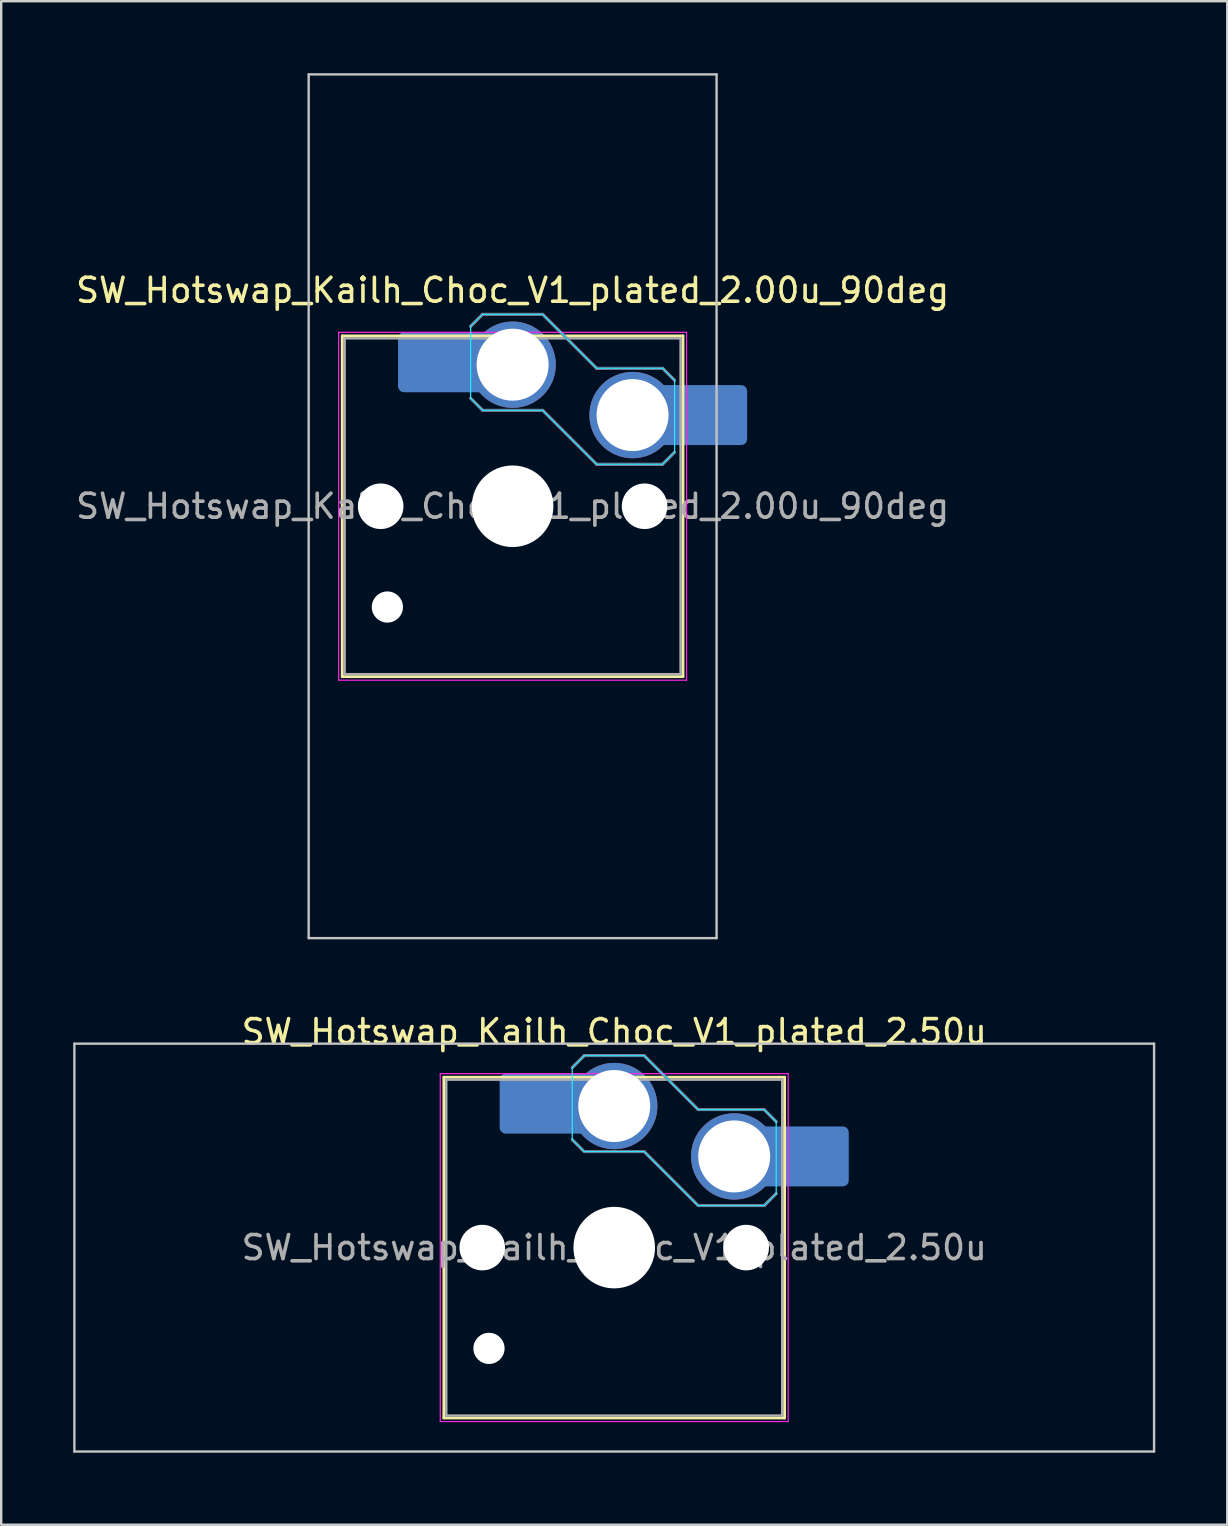
<source format=kicad_pcb>
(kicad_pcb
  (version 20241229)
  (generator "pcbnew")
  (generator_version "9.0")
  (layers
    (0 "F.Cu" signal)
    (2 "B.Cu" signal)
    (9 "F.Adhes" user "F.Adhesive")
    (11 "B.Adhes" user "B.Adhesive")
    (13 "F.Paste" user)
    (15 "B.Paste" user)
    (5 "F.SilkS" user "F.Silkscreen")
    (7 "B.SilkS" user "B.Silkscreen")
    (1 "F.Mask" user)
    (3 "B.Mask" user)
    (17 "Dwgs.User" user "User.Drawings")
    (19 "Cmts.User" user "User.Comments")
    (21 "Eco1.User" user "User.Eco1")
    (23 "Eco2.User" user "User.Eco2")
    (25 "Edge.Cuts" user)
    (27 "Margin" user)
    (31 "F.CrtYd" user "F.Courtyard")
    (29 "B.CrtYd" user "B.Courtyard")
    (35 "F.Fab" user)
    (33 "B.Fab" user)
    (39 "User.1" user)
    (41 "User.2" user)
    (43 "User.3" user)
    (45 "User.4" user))
  (footprint "SW_Hotswap_Kailh_Choc_V1_plated_2.00u_90deg"
    (layer "F.Cu")
    (at 18.315 18.05)
    (property "Reference" "SW_Hotswap_Kailh_Choc_V1_plated_2.00u_90deg" (at 0 -9 0) (layer "F.SilkS") (effects (font (size 1 1) (thickness 0.15))))
    (attr smd)
    (fp_line (start -7.1 -7.1) (end -7.1 7.1) (stroke (width 0.12) (type solid)) (layer "F.SilkS"))
    (fp_line (start -7.1 7.1) (end 7.1 7.1) (stroke (width 0.12) (type solid)) (layer "F.SilkS"))
    (fp_line (start 7.1 -7.1) (end -7.1 -7.1) (stroke (width 0.12) (type solid)) (layer "F.SilkS"))
    (fp_line (start 7.1 7.1) (end 7.1 -7.1) (stroke (width 0.12) (type solid)) (layer "F.SilkS"))
    (fp_line (start -1.75 -7.5) (end -1.25 -8) (stroke (width 0.12) (type solid)) (layer "B.SilkS"))
    (fp_line (start -1.25 -8) (end 1.25 -8) (stroke (width 0.12) (type solid)) (layer "B.SilkS"))
    (fp_line (start -1.25 -4) (end -1.75 -4.5) (stroke (width 0.12) (type solid)) (layer "B.SilkS"))
    (fp_line (start 1.25 -8) (end 3.5 -5.75) (stroke (width 0.12) (type solid)) (layer "B.SilkS"))
    (fp_line (start 1.25 -4) (end -1.25 -4) (stroke (width 0.12) (type solid)) (layer "B.SilkS"))
    (fp_line (start 3.5 -5.75) (end 6.25 -5.75) (stroke (width 0.12) (type solid)) (layer "B.SilkS"))
    (fp_line (start 3.5 -1.75) (end 1.25 -4) (stroke (width 0.12) (type solid)) (layer "B.SilkS"))
    (fp_line (start 6.25 -5.75) (end 6.75 -5.25) (stroke (width 0.12) (type solid)) (layer "B.SilkS"))
    (fp_line (start 6.25 -1.75) (end 3.5 -1.75) (stroke (width 0.12) (type solid)) (layer "B.SilkS"))
    (fp_line (start 6.75 -2.25) (end 6.25 -1.75) (stroke (width 0.12) (type solid)) (layer "B.SilkS"))
    (fp_line (start -8.5 -18) (end 8.5 -18) (stroke (width 0.1) (type solid)) (layer "Dwgs.User"))
    (fp_line (start -8.5 18) (end -8.5 -18) (stroke (width 0.1) (type solid)) (layer "Dwgs.User"))
    (fp_line (start 8.5 -18) (end 8.5 18) (stroke (width 0.1) (type solid)) (layer "Dwgs.User"))
    (fp_line (start 8.5 18) (end -8.5 18) (stroke (width 0.1) (type solid)) (layer "Dwgs.User"))
    (fp_line (start -1.75 -7.5) (end -1.25 -8) (stroke (width 0.05) (type solid)) (layer "B.CrtYd"))
    (fp_line (start -1.75 -4.5) (end -1.75 -7.5) (stroke (width 0.05) (type solid)) (layer "B.CrtYd"))
    (fp_line (start -1.25 -8) (end 1.25 -8) (stroke (width 0.05) (type solid)) (layer "B.CrtYd"))
    (fp_line (start -1.25 -4) (end -1.75 -4.5) (stroke (width 0.05) (type solid)) (layer "B.CrtYd"))
    (fp_line (start 1.25 -8) (end 3.5 -5.75) (stroke (width 0.05) (type solid)) (layer "B.CrtYd"))
    (fp_line (start 1.25 -4) (end -1.25 -4) (stroke (width 0.05) (type solid)) (layer "B.CrtYd"))
    (fp_line (start 3.5 -5.75) (end 6.25 -5.75) (stroke (width 0.05) (type solid)) (layer "B.CrtYd"))
    (fp_line (start 3.5 -1.75) (end 1.25 -4) (stroke (width 0.05) (type solid)) (layer "B.CrtYd"))
    (fp_line (start 6.25 -5.75) (end 6.75 -5.25) (stroke (width 0.05) (type solid)) (layer "B.CrtYd"))
    (fp_line (start 6.25 -1.75) (end 3.5 -1.75) (stroke (width 0.05) (type solid)) (layer "B.CrtYd"))
    (fp_line (start 6.75 -5.25) (end 6.75 -2.25) (stroke (width 0.05) (type solid)) (layer "B.CrtYd"))
    (fp_line (start 6.75 -2.25) (end 6.25 -1.75) (stroke (width 0.05) (type solid)) (layer "B.CrtYd"))
    (fp_line (start -7.25 -7.25) (end -7.25 7.25) (stroke (width 0.05) (type solid)) (layer "F.CrtYd"))
    (fp_line (start -7.25 7.25) (end 7.25 7.25) (stroke (width 0.05) (type solid)) (layer "F.CrtYd"))
    (fp_line (start 7.25 -7.25) (end -7.25 -7.25) (stroke (width 0.05) (type solid)) (layer "F.CrtYd"))
    (fp_line (start 7.25 7.25) (end 7.25 -7.25) (stroke (width 0.05) (type solid)) (layer "F.CrtYd"))
    (fp_line (start -1.75 -7.5) (end -1.25 -8) (stroke (width 0.1) (type solid)) (layer "B.Fab"))
    (fp_line (start -1.25 -8) (end 1.25 -8) (stroke (width 0.1) (type solid)) (layer "B.Fab"))
    (fp_line (start -1.25 -4) (end -1.75 -4.5) (stroke (width 0.1) (type solid)) (layer "B.Fab"))
    (fp_line (start 1.25 -8) (end 3.5 -5.75) (stroke (width 0.1) (type solid)) (layer "B.Fab"))
    (fp_line (start 1.25 -4) (end -1.25 -4) (stroke (width 0.1) (type solid)) (layer "B.Fab"))
    (fp_line (start 3.5 -5.75) (end 6.25 -5.75) (stroke (width 0.1) (type solid)) (layer "B.Fab"))
    (fp_line (start 3.5 -1.75) (end 1.25 -4) (stroke (width 0.1) (type solid)) (layer "B.Fab"))
    (fp_line (start 6.25 -5.75) (end 6.75 -5.25) (stroke (width 0.1) (type solid)) (layer "B.Fab"))
    (fp_line (start 6.25 -1.75) (end 3.5 -1.75) (stroke (width 0.1) (type solid)) (layer "B.Fab"))
    (fp_line (start 6.75 -2.25) (end 6.25 -1.75) (stroke (width 0.1) (type solid)) (layer "B.Fab"))
    (fp_line (start -7 -7) (end -7 7) (stroke (width 0.1) (type solid)) (layer "F.Fab"))
    (fp_line (start -7 7) (end 7 7) (stroke (width 0.1) (type solid)) (layer "F.Fab"))
    (fp_line (start 7 -7) (end -7 -7) (stroke (width 0.1) (type solid)) (layer "F.Fab"))
    (fp_line (start 7 7) (end 7 -7) (stroke (width 0.1) (type solid)) (layer "F.Fab"))
    (fp_text user "${REFERENCE}" (at 0 0 0) (layer "F.Fab") (effects (font (size 1 1) (thickness 0.15))))
    (pad "" np_thru_hole circle (at -5.5 0) (size 1.9 1.9) (drill 1.9) (layers "*.Cu" "*.Mask"))
    (pad "" np_thru_hole circle (at -5.22 4.2) (size 1.3 1.3) (drill 1.3) (layers "*.Cu" "*.Mask"))
    (pad "" smd roundrect (at -3.5 -6) (size 2.55 2.5) (layers "B.Mask" "B.Paste") (roundrect_rratio 0.1))
    (pad "" np_thru_hole circle (at 0 0) (size 3.4 3.4) (drill 3.4) (layers "*.Cu" "*.Mask"))
    (pad "" np_thru_hole circle (at 5.5 0) (size 1.9 1.9) (drill 1.9) (layers "*.Cu" "*.Mask"))
    (pad "" smd roundrect (at 8.5 -3.8) (size 2.55 2.5) (layers "B.Mask" "B.Paste") (roundrect_rratio 0.1))
    (pad "1" smd roundrect (at -2.85 -6) (size 3.85 2.5) (layers "B.Cu") (roundrect_rratio 0.1))
    (pad "1" thru_hole circle (at 0 -5.9) (size 3.6 3.6) (drill 3) (layers "*.Cu" "B.Mask"))
    (pad "2" thru_hole circle (at 5 -3.8) (size 3.6 3.6) (drill 3) (layers "*.Cu" "B.Mask"))
    (pad "2" smd roundrect (at 7.85 -3.8) (size 3.85 2.5) (layers "B.Cu") (roundrect_rratio 0.1)))
  (footprint "SW_Hotswap_Kailh_Choc_V1_plated_2.50u"
    (layer "F.Cu")
    (at 22.55 48.948)
    (property "Reference" "SW_Hotswap_Kailh_Choc_V1_plated_2.50u" (at 0 -9 0) (layer "F.SilkS") (effects (font (size 1 1) (thickness 0.15))))
    (attr smd)
    (fp_line (start -7.1 -7.1) (end -7.1 7.1) (stroke (width 0.12) (type solid)) (layer "F.SilkS"))
    (fp_line (start -7.1 7.1) (end 7.1 7.1) (stroke (width 0.12) (type solid)) (layer "F.SilkS"))
    (fp_line (start 7.1 -7.1) (end -7.1 -7.1) (stroke (width 0.12) (type solid)) (layer "F.SilkS"))
    (fp_line (start 7.1 7.1) (end 7.1 -7.1) (stroke (width 0.12) (type solid)) (layer "F.SilkS"))
    (fp_line (start -1.75 -7.5) (end -1.25 -8) (stroke (width 0.12) (type solid)) (layer "B.SilkS"))
    (fp_line (start -1.25 -8) (end 1.25 -8) (stroke (width 0.12) (type solid)) (layer "B.SilkS"))
    (fp_line (start -1.25 -4) (end -1.75 -4.5) (stroke (width 0.12) (type solid)) (layer "B.SilkS"))
    (fp_line (start 1.25 -8) (end 3.5 -5.75) (stroke (width 0.12) (type solid)) (layer "B.SilkS"))
    (fp_line (start 1.25 -4) (end -1.25 -4) (stroke (width 0.12) (type solid)) (layer "B.SilkS"))
    (fp_line (start 3.5 -5.75) (end 6.25 -5.75) (stroke (width 0.12) (type solid)) (layer "B.SilkS"))
    (fp_line (start 3.5 -1.75) (end 1.25 -4) (stroke (width 0.12) (type solid)) (layer "B.SilkS"))
    (fp_line (start 6.25 -5.75) (end 6.75 -5.25) (stroke (width 0.12) (type solid)) (layer "B.SilkS"))
    (fp_line (start 6.25 -1.75) (end 3.5 -1.75) (stroke (width 0.12) (type solid)) (layer "B.SilkS"))
    (fp_line (start 6.75 -2.25) (end 6.25 -1.75) (stroke (width 0.12) (type solid)) (layer "B.SilkS"))
    (fp_line (start -22.5 -8.5) (end -22.5 8.5) (stroke (width 0.1) (type solid)) (layer "Dwgs.User"))
    (fp_line (start -22.5 8.5) (end 22.5 8.5) (stroke (width 0.1) (type solid)) (layer "Dwgs.User"))
    (fp_line (start 22.5 -8.5) (end -22.5 -8.5) (stroke (width 0.1) (type solid)) (layer "Dwgs.User"))
    (fp_line (start 22.5 8.5) (end 22.5 -8.5) (stroke (width 0.1) (type solid)) (layer "Dwgs.User"))
    (fp_line (start -1.75 -7.5) (end -1.25 -8) (stroke (width 0.05) (type solid)) (layer "B.CrtYd"))
    (fp_line (start -1.75 -4.5) (end -1.75 -7.5) (stroke (width 0.05) (type solid)) (layer "B.CrtYd"))
    (fp_line (start -1.25 -8) (end 1.25 -8) (stroke (width 0.05) (type solid)) (layer "B.CrtYd"))
    (fp_line (start -1.25 -4) (end -1.75 -4.5) (stroke (width 0.05) (type solid)) (layer "B.CrtYd"))
    (fp_line (start 1.25 -8) (end 3.5 -5.75) (stroke (width 0.05) (type solid)) (layer "B.CrtYd"))
    (fp_line (start 1.25 -4) (end -1.25 -4) (stroke (width 0.05) (type solid)) (layer "B.CrtYd"))
    (fp_line (start 3.5 -5.75) (end 6.25 -5.75) (stroke (width 0.05) (type solid)) (layer "B.CrtYd"))
    (fp_line (start 3.5 -1.75) (end 1.25 -4) (stroke (width 0.05) (type solid)) (layer "B.CrtYd"))
    (fp_line (start 6.25 -5.75) (end 6.75 -5.25) (stroke (width 0.05) (type solid)) (layer "B.CrtYd"))
    (fp_line (start 6.25 -1.75) (end 3.5 -1.75) (stroke (width 0.05) (type solid)) (layer "B.CrtYd"))
    (fp_line (start 6.75 -5.25) (end 6.75 -2.25) (stroke (width 0.05) (type solid)) (layer "B.CrtYd"))
    (fp_line (start 6.75 -2.25) (end 6.25 -1.75) (stroke (width 0.05) (type solid)) (layer "B.CrtYd"))
    (fp_line (start -7.25 -7.25) (end -7.25 7.25) (stroke (width 0.05) (type solid)) (layer "F.CrtYd"))
    (fp_line (start -7.25 7.25) (end 7.25 7.25) (stroke (width 0.05) (type solid)) (layer "F.CrtYd"))
    (fp_line (start 7.25 -7.25) (end -7.25 -7.25) (stroke (width 0.05) (type solid)) (layer "F.CrtYd"))
    (fp_line (start 7.25 7.25) (end 7.25 -7.25) (stroke (width 0.05) (type solid)) (layer "F.CrtYd"))
    (fp_line (start -1.75 -7.5) (end -1.25 -8) (stroke (width 0.1) (type solid)) (layer "B.Fab"))
    (fp_line (start -1.25 -8) (end 1.25 -8) (stroke (width 0.1) (type solid)) (layer "B.Fab"))
    (fp_line (start -1.25 -4) (end -1.75 -4.5) (stroke (width 0.1) (type solid)) (layer "B.Fab"))
    (fp_line (start 1.25 -8) (end 3.5 -5.75) (stroke (width 0.1) (type solid)) (layer "B.Fab"))
    (fp_line (start 1.25 -4) (end -1.25 -4) (stroke (width 0.1) (type solid)) (layer "B.Fab"))
    (fp_line (start 3.5 -5.75) (end 6.25 -5.75) (stroke (width 0.1) (type solid)) (layer "B.Fab"))
    (fp_line (start 3.5 -1.75) (end 1.25 -4) (stroke (width 0.1) (type solid)) (layer "B.Fab"))
    (fp_line (start 6.25 -5.75) (end 6.75 -5.25) (stroke (width 0.1) (type solid)) (layer "B.Fab"))
    (fp_line (start 6.25 -1.75) (end 3.5 -1.75) (stroke (width 0.1) (type solid)) (layer "B.Fab"))
    (fp_line (start 6.75 -2.25) (end 6.25 -1.75) (stroke (width 0.1) (type solid)) (layer "B.Fab"))
    (fp_line (start -7 -7) (end -7 7) (stroke (width 0.1) (type solid)) (layer "F.Fab"))
    (fp_line (start -7 7) (end 7 7) (stroke (width 0.1) (type solid)) (layer "F.Fab"))
    (fp_line (start 7 -7) (end -7 -7) (stroke (width 0.1) (type solid)) (layer "F.Fab"))
    (fp_line (start 7 7) (end 7 -7) (stroke (width 0.1) (type solid)) (layer "F.Fab"))
    (fp_text user "${REFERENCE}" (at 0 0 0) (layer "F.Fab") (effects (font (size 1 1) (thickness 0.15))))
    (pad "" np_thru_hole circle (at -5.5 0) (size 1.9 1.9) (drill 1.9) (layers "*.Cu" "*.Mask"))
    (pad "" np_thru_hole circle (at -5.22 4.2) (size 1.3 1.3) (drill 1.3) (layers "*.Cu" "*.Mask"))
    (pad "" smd roundrect (at -3.5 -6) (size 2.55 2.5) (layers "B.Mask" "B.Paste") (roundrect_rratio 0.1))
    (pad "" np_thru_hole circle (at 0 0) (size 3.4 3.4) (drill 3.4) (layers "*.Cu" "*.Mask"))
    (pad "" np_thru_hole circle (at 5.5 0) (size 1.9 1.9) (drill 1.9) (layers "*.Cu" "*.Mask"))
    (pad "" smd roundrect (at 8.5 -3.8) (size 2.55 2.5) (layers "B.Mask" "B.Paste") (roundrect_rratio 0.1))
    (pad "1" smd roundrect (at -2.85 -6) (size 3.85 2.5) (layers "B.Cu") (roundrect_rratio 0.1))
    (pad "1" thru_hole circle (at 0 -5.9) (size 3.6 3.6) (drill 3) (layers "*.Cu" "B.Mask"))
    (pad "2" thru_hole circle (at 5 -3.8) (size 3.6 3.6) (drill 3) (layers "*.Cu" "B.Mask"))
    (pad "2" smd roundrect (at 7.85 -3.8) (size 3.85 2.5) (layers "B.Cu") (roundrect_rratio 0.1)))
  (gr_rect
    (start -3 -3)
    (end 48.1 60.498)
    (stroke (width 0.1) (type default))
    (fill no)
    (layer "Edge.Cuts")))
</source>
